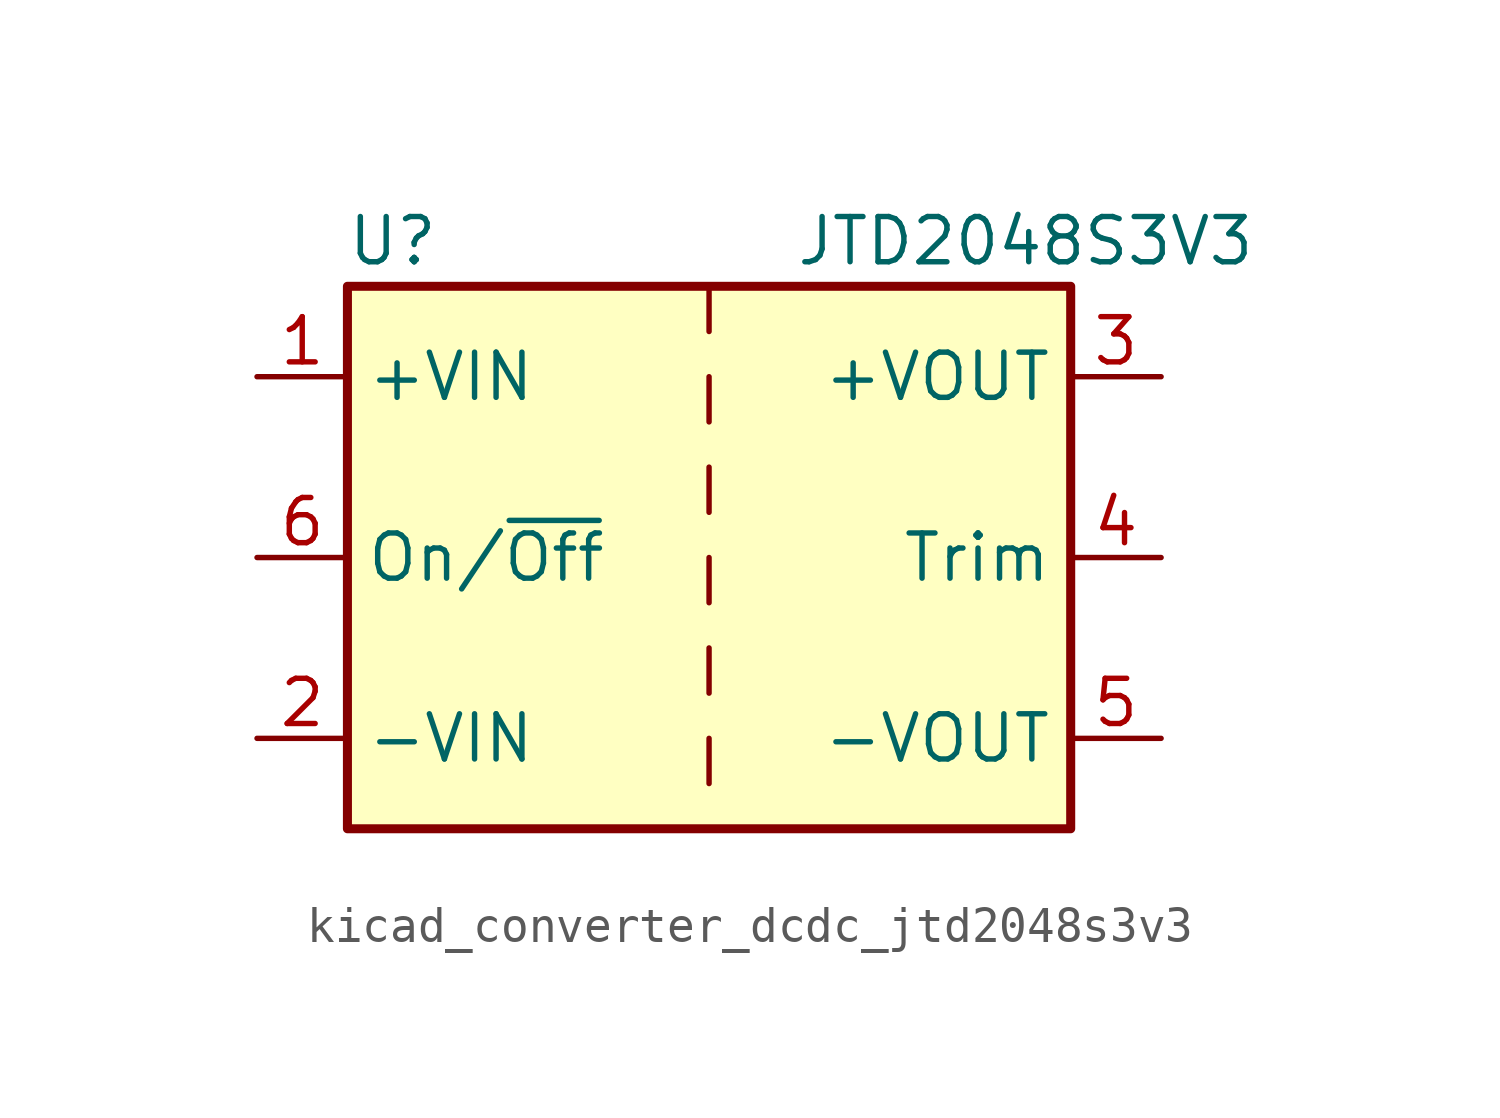
<source format=kicad_sym>
(kicad_symbol_lib
  (version 20220914)
  (generator kicad_symbol_editor)
  (symbol "kicad_converter_dcdc_jtd2048s3v3"
    (property "Reference" "U"
      (at -8.89 8.89 0)
      (effects (font (size 1.27 1.27))))
    (property "Value" "JTD2048S3V3"
      (at 8.89 8.89 0)
      (effects (font (size 1.27 1.27))))
    (symbol "kicad_converter_dcdc_jtd2048s3v3_0_1"
      (rectangle (start -10.16 7.62) (end 10.16 -7.62) (stroke (width 0.254) (type default)) (fill (type background)))
      (polyline (pts (xy 0 -5.08) (xy 0 -6.35)) (stroke (width 0) (type default)) (fill (type none)))
      (polyline (pts (xy 0 -2.54) (xy 0 -3.81)) (stroke (width 0) (type default)) (fill (type none)))
      (polyline (pts (xy 0 0) (xy 0 -1.27)) (stroke (width 0) (type default)) (fill (type none)))
      (polyline (pts (xy 0 2.54) (xy 0 1.27)) (stroke (width 0) (type default)) (fill (type none)))
      (polyline (pts (xy 0 5.08) (xy 0 3.81)) (stroke (width 0) (type default)) (fill (type none)))
      (polyline (pts (xy 0 7.62) (xy 0 6.35)) (stroke (width 0) (type default)) (fill (type none))))
    (symbol "kicad_converter_dcdc_jtd2048s3v3_1_1"
      (pin power_in line (at -12.7 5.08 0) (length 2.54) (name "+VIN" (effects (font (size 1.27 1.27)))) (number "1" (effects (font (size 1.27 1.27)))))
      (pin power_in line (at -12.7 -5.08 0) (length 2.54) (name "-VIN" (effects (font (size 1.27 1.27)))) (number "2" (effects (font (size 1.27 1.27)))))
      (pin power_out line (at 12.7 5.08 180) (length 2.54) (name "+VOUT" (effects (font (size 1.27 1.27)))) (number "3" (effects (font (size 1.27 1.27)))))
      (pin input line (at 12.7 0 180) (length 2.54) (name "Trim" (effects (font (size 1.27 1.27)))) (number "4" (effects (font (size 1.27 1.27)))))
      (pin power_out line (at 12.7 -5.08 180) (length 2.54) (name "-VOUT" (effects (font (size 1.27 1.27)))) (number "5" (effects (font (size 1.27 1.27)))))
      (pin input line (at -12.7 0 0) (length 2.54) (name "On/~{Off}" (effects (font (size 1.27 1.27)))) (number "6" (effects (font (size 1.27 1.27))))))))
</source>
